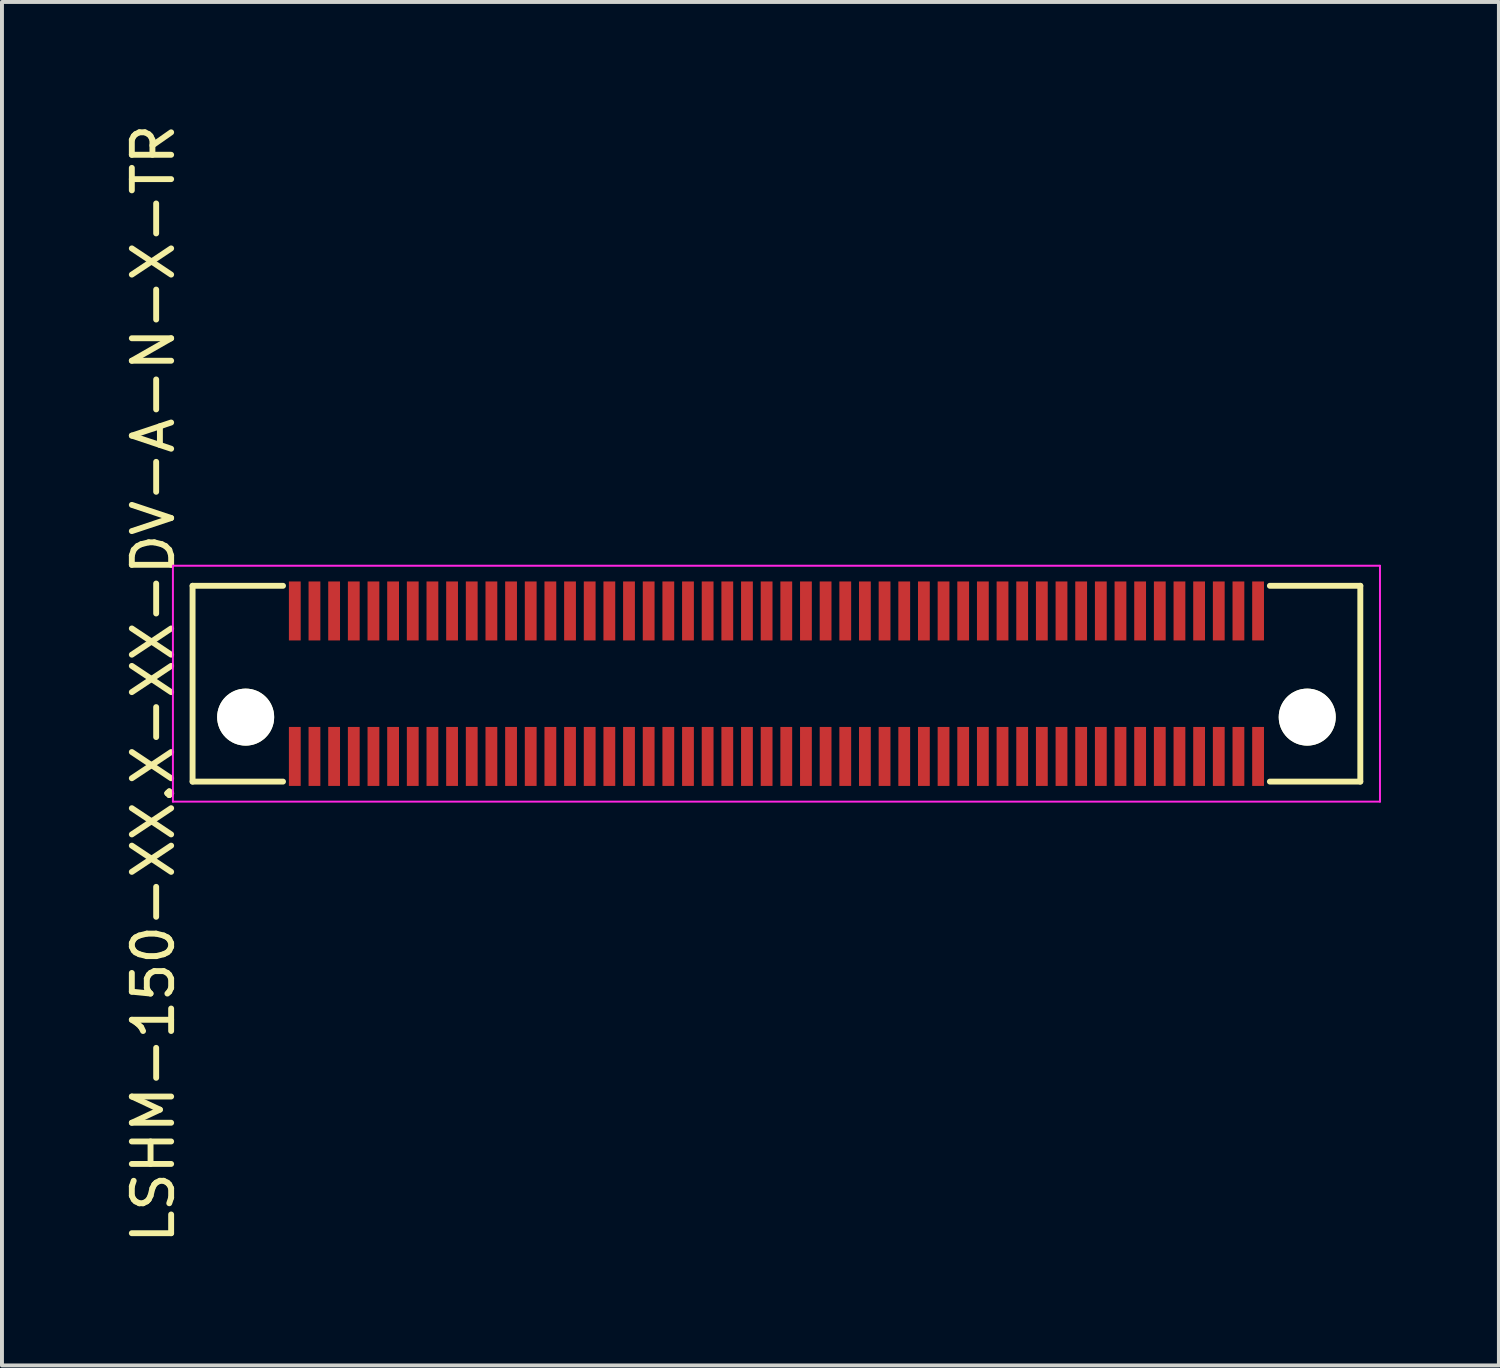
<source format=kicad_pcb>
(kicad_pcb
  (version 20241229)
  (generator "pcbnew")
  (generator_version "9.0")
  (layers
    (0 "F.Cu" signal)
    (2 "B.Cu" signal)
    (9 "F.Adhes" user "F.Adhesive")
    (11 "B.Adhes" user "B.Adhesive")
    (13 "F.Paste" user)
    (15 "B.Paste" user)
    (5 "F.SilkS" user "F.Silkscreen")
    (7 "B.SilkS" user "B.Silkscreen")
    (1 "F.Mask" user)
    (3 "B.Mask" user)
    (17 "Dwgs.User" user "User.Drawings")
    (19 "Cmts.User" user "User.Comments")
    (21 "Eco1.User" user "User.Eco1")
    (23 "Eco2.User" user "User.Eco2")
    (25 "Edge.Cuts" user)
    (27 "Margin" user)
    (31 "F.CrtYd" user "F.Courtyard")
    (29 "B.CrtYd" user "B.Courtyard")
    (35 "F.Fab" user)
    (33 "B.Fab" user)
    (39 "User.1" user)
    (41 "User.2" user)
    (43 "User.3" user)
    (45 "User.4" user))
  (footprint "LSHM-150-XX.X-XX-DV-A-N-X-TR"
    (layer "F.Cu")
    (at 16.698 14.339)
    (property "Reference" "LSHM-150-XX.X-XX-DV-A-N-X-TR" (at -15.85 0 270) (layer "F.SilkS") (effects (font (size 1 1) (thickness 0.15))))
    (attr smd)
    (fp_line (start -14.85 -2.49) (end -14.85 2.49) (stroke (width 0.15) (type solid)) (layer "F.SilkS"))
    (fp_line (start -14.85 -2.49) (end -12.55 -2.49) (stroke (width 0.15) (type solid)) (layer "F.SilkS"))
    (fp_line (start -14.85 2.49) (end -12.55 2.49) (stroke (width 0.15) (type solid)) (layer "F.SilkS"))
    (fp_line (start 12.55 -2.49) (end 14.85 -2.49) (stroke (width 0.15) (type solid)) (layer "F.SilkS"))
    (fp_line (start 12.55 2.49) (end 14.85 2.49) (stroke (width 0.15) (type solid)) (layer "F.SilkS"))
    (fp_line (start 14.85 -2.49) (end 14.85 2.49) (stroke (width 0.15) (type solid)) (layer "F.SilkS"))
    (fp_line (start -15.35 -3) (end -15.35 3) (stroke (width 0.05) (type solid)) (layer "F.CrtYd"))
    (fp_line (start -15.35 -3) (end 15.35 -3) (stroke (width 0.05) (type solid)) (layer "F.CrtYd"))
    (fp_line (start -15.35 3) (end 15.35 3) (stroke (width 0.05) (type solid)) (layer "F.CrtYd"))
    (fp_line (start 15.35 -3) (end 15.35 3) (stroke (width 0.05) (type solid)) (layer "F.CrtYd"))
    (pad "" np_thru_hole circle (at -13.5 0.85) (size 1.45 1.45) (drill 1.45) (layers "*.Cu" "*.Mask" "F.SilkS"))
    (pad "" np_thru_hole circle (at 13.5 0.85) (size 1.45 1.45) (drill 1.45) (layers "*.Cu" "*.Mask" "F.SilkS"))
    (pad "1" smd rect (at 12.25 1.85) (size 0.3 1.5) (layers "F.Cu" "F.Mask" "F.Paste"))
    (pad "2" smd rect (at 12.25 -1.85) (size 0.3 1.5) (layers "F.Cu" "F.Mask" "F.Paste"))
    (pad "3" smd rect (at 11.75 1.85) (size 0.3 1.5) (layers "F.Cu" "F.Mask" "F.Paste"))
    (pad "4" smd rect (at 11.75 -1.85) (size 0.3 1.5) (layers "F.Cu" "F.Mask" "F.Paste"))
    (pad "5" smd rect (at 11.25 1.85) (size 0.3 1.5) (layers "F.Cu" "F.Mask" "F.Paste"))
    (pad "6" smd rect (at 11.25 -1.85) (size 0.3 1.5) (layers "F.Cu" "F.Mask" "F.Paste"))
    (pad "7" smd rect (at 10.75 1.85) (size 0.3 1.5) (layers "F.Cu" "F.Mask" "F.Paste"))
    (pad "8" smd rect (at 10.75 -1.85) (size 0.3 1.5) (layers "F.Cu" "F.Mask" "F.Paste"))
    (pad "9" smd rect (at 10.25 1.85) (size 0.3 1.5) (layers "F.Cu" "F.Mask" "F.Paste"))
    (pad "10" smd rect (at 10.25 -1.85) (size 0.3 1.5) (layers "F.Cu" "F.Mask" "F.Paste"))
    (pad "11" smd rect (at 9.75 1.85) (size 0.3 1.5) (layers "F.Cu" "F.Mask" "F.Paste"))
    (pad "12" smd rect (at 9.75 -1.85) (size 0.3 1.5) (layers "F.Cu" "F.Mask" "F.Paste"))
    (pad "13" smd rect (at 9.25 1.85) (size 0.3 1.5) (layers "F.Cu" "F.Mask" "F.Paste"))
    (pad "14" smd rect (at 9.25 -1.85) (size 0.3 1.5) (layers "F.Cu" "F.Mask" "F.Paste"))
    (pad "15" smd rect (at 8.75 1.85) (size 0.3 1.5) (layers "F.Cu" "F.Mask" "F.Paste"))
    (pad "16" smd rect (at 8.75 -1.85) (size 0.3 1.5) (layers "F.Cu" "F.Mask" "F.Paste"))
    (pad "17" smd rect (at 8.25 1.85) (size 0.3 1.5) (layers "F.Cu" "F.Mask" "F.Paste"))
    (pad "18" smd rect (at 8.25 -1.85) (size 0.3 1.5) (layers "F.Cu" "F.Mask" "F.Paste"))
    (pad "19" smd rect (at 7.75 1.85) (size 0.3 1.5) (layers "F.Cu" "F.Mask" "F.Paste"))
    (pad "20" smd rect (at 7.75 -1.85) (size 0.3 1.5) (layers "F.Cu" "F.Mask" "F.Paste"))
    (pad "21" smd rect (at 7.25 1.85) (size 0.3 1.5) (layers "F.Cu" "F.Mask" "F.Paste"))
    (pad "22" smd rect (at 7.25 -1.85) (size 0.3 1.5) (layers "F.Cu" "F.Mask" "F.Paste"))
    (pad "23" smd rect (at 6.75 1.85) (size 0.3 1.5) (layers "F.Cu" "F.Mask" "F.Paste"))
    (pad "24" smd rect (at 6.75 -1.85) (size 0.3 1.5) (layers "F.Cu" "F.Mask" "F.Paste"))
    (pad "25" smd rect (at 6.25 1.85) (size 0.3 1.5) (layers "F.Cu" "F.Mask" "F.Paste"))
    (pad "26" smd rect (at 6.25 -1.85) (size 0.3 1.5) (layers "F.Cu" "F.Mask" "F.Paste"))
    (pad "27" smd rect (at 5.75 1.85) (size 0.3 1.5) (layers "F.Cu" "F.Mask" "F.Paste"))
    (pad "28" smd rect (at 5.75 -1.85) (size 0.3 1.5) (layers "F.Cu" "F.Mask" "F.Paste"))
    (pad "29" smd rect (at 5.25 1.85) (size 0.3 1.5) (layers "F.Cu" "F.Mask" "F.Paste"))
    (pad "30" smd rect (at 5.25 -1.85) (size 0.3 1.5) (layers "F.Cu" "F.Mask" "F.Paste"))
    (pad "31" smd rect (at 4.75 1.85) (size 0.3 1.5) (layers "F.Cu" "F.Mask" "F.Paste"))
    (pad "32" smd rect (at 4.75 -1.85) (size 0.3 1.5) (layers "F.Cu" "F.Mask" "F.Paste"))
    (pad "33" smd rect (at 4.25 1.85) (size 0.3 1.5) (layers "F.Cu" "F.Mask" "F.Paste"))
    (pad "34" smd rect (at 4.25 -1.85) (size 0.3 1.5) (layers "F.Cu" "F.Mask" "F.Paste"))
    (pad "35" smd rect (at 3.75 1.85) (size 0.3 1.5) (layers "F.Cu" "F.Mask" "F.Paste"))
    (pad "36" smd rect (at 3.75 -1.85) (size 0.3 1.5) (layers "F.Cu" "F.Mask" "F.Paste"))
    (pad "37" smd rect (at 3.25 1.85) (size 0.3 1.5) (layers "F.Cu" "F.Mask" "F.Paste"))
    (pad "38" smd rect (at 3.25 -1.85) (size 0.3 1.5) (layers "F.Cu" "F.Mask" "F.Paste"))
    (pad "39" smd rect (at 2.75 1.85) (size 0.3 1.5) (layers "F.Cu" "F.Mask" "F.Paste"))
    (pad "40" smd rect (at 2.75 -1.85) (size 0.3 1.5) (layers "F.Cu" "F.Mask" "F.Paste"))
    (pad "41" smd rect (at 2.25 1.85) (size 0.3 1.5) (layers "F.Cu" "F.Mask" "F.Paste"))
    (pad "42" smd rect (at 2.25 -1.85) (size 0.3 1.5) (layers "F.Cu" "F.Mask" "F.Paste"))
    (pad "43" smd rect (at 1.75 1.85) (size 0.3 1.5) (layers "F.Cu" "F.Mask" "F.Paste"))
    (pad "44" smd rect (at 1.75 -1.85) (size 0.3 1.5) (layers "F.Cu" "F.Mask" "F.Paste"))
    (pad "45" smd rect (at 1.25 1.85) (size 0.3 1.5) (layers "F.Cu" "F.Mask" "F.Paste"))
    (pad "46" smd rect (at 1.25 -1.85) (size 0.3 1.5) (layers "F.Cu" "F.Mask" "F.Paste"))
    (pad "47" smd rect (at 0.75 1.85) (size 0.3 1.5) (layers "F.Cu" "F.Mask" "F.Paste"))
    (pad "48" smd rect (at 0.75 -1.85) (size 0.3 1.5) (layers "F.Cu" "F.Mask" "F.Paste"))
    (pad "49" smd rect (at 0.25 1.85) (size 0.3 1.5) (layers "F.Cu" "F.Mask" "F.Paste"))
    (pad "50" smd rect (at 0.25 -1.85) (size 0.3 1.5) (layers "F.Cu" "F.Mask" "F.Paste"))
    (pad "51" smd rect (at -0.25 1.85) (size 0.3 1.5) (layers "F.Cu" "F.Mask" "F.Paste"))
    (pad "52" smd rect (at -0.25 -1.85) (size 0.3 1.5) (layers "F.Cu" "F.Mask" "F.Paste"))
    (pad "53" smd rect (at -0.75 1.85) (size 0.3 1.5) (layers "F.Cu" "F.Mask" "F.Paste"))
    (pad "54" smd rect (at -0.75 -1.85) (size 0.3 1.5) (layers "F.Cu" "F.Mask" "F.Paste"))
    (pad "55" smd rect (at -1.25 1.85) (size 0.3 1.5) (layers "F.Cu" "F.Mask" "F.Paste"))
    (pad "56" smd rect (at -1.25 -1.85) (size 0.3 1.5) (layers "F.Cu" "F.Mask" "F.Paste"))
    (pad "57" smd rect (at -1.75 1.85) (size 0.3 1.5) (layers "F.Cu" "F.Mask" "F.Paste"))
    (pad "58" smd rect (at -1.75 -1.85) (size 0.3 1.5) (layers "F.Cu" "F.Mask" "F.Paste"))
    (pad "59" smd rect (at -2.25 1.85) (size 0.3 1.5) (layers "F.Cu" "F.Mask" "F.Paste"))
    (pad "60" smd rect (at -2.25 -1.85) (size 0.3 1.5) (layers "F.Cu" "F.Mask" "F.Paste"))
    (pad "61" smd rect (at -2.75 1.85) (size 0.3 1.5) (layers "F.Cu" "F.Mask" "F.Paste"))
    (pad "62" smd rect (at -2.75 -1.85) (size 0.3 1.5) (layers "F.Cu" "F.Mask" "F.Paste"))
    (pad "63" smd rect (at -3.25 1.85) (size 0.3 1.5) (layers "F.Cu" "F.Mask" "F.Paste"))
    (pad "64" smd rect (at -3.25 -1.85) (size 0.3 1.5) (layers "F.Cu" "F.Mask" "F.Paste"))
    (pad "65" smd rect (at -3.75 1.85) (size 0.3 1.5) (layers "F.Cu" "F.Mask" "F.Paste"))
    (pad "66" smd rect (at -3.75 -1.85) (size 0.3 1.5) (layers "F.Cu" "F.Mask" "F.Paste"))
    (pad "67" smd rect (at -4.25 1.85) (size 0.3 1.5) (layers "F.Cu" "F.Mask" "F.Paste"))
    (pad "68" smd rect (at -4.25 -1.85) (size 0.3 1.5) (layers "F.Cu" "F.Mask" "F.Paste"))
    (pad "69" smd rect (at -4.75 1.85) (size 0.3 1.5) (layers "F.Cu" "F.Mask" "F.Paste"))
    (pad "70" smd rect (at -4.75 -1.85) (size 0.3 1.5) (layers "F.Cu" "F.Mask" "F.Paste"))
    (pad "71" smd rect (at -5.25 1.85) (size 0.3 1.5) (layers "F.Cu" "F.Mask" "F.Paste"))
    (pad "72" smd rect (at -5.25 -1.85) (size 0.3 1.5) (layers "F.Cu" "F.Mask" "F.Paste"))
    (pad "73" smd rect (at -5.75 1.85) (size 0.3 1.5) (layers "F.Cu" "F.Mask" "F.Paste"))
    (pad "74" smd rect (at -5.75 -1.85) (size 0.3 1.5) (layers "F.Cu" "F.Mask" "F.Paste"))
    (pad "75" smd rect (at -6.25 1.85) (size 0.3 1.5) (layers "F.Cu" "F.Mask" "F.Paste"))
    (pad "76" smd rect (at -6.25 -1.85) (size 0.3 1.5) (layers "F.Cu" "F.Mask" "F.Paste"))
    (pad "77" smd rect (at -6.75 1.85) (size 0.3 1.5) (layers "F.Cu" "F.Mask" "F.Paste"))
    (pad "78" smd rect (at -6.75 -1.85) (size 0.3 1.5) (layers "F.Cu" "F.Mask" "F.Paste"))
    (pad "79" smd rect (at -7.25 1.85) (size 0.3 1.5) (layers "F.Cu" "F.Mask" "F.Paste"))
    (pad "80" smd rect (at -7.25 -1.85) (size 0.3 1.5) (layers "F.Cu" "F.Mask" "F.Paste"))
    (pad "81" smd rect (at -7.75 1.85) (size 0.3 1.5) (layers "F.Cu" "F.Mask" "F.Paste"))
    (pad "82" smd rect (at -7.75 -1.85) (size 0.3 1.5) (layers "F.Cu" "F.Mask" "F.Paste"))
    (pad "83" smd rect (at -8.25 1.85) (size 0.3 1.5) (layers "F.Cu" "F.Mask" "F.Paste"))
    (pad "84" smd rect (at -8.25 -1.85) (size 0.3 1.5) (layers "F.Cu" "F.Mask" "F.Paste"))
    (pad "85" smd rect (at -8.75 1.85) (size 0.3 1.5) (layers "F.Cu" "F.Mask" "F.Paste"))
    (pad "86" smd rect (at -8.75 -1.85) (size 0.3 1.5) (layers "F.Cu" "F.Mask" "F.Paste"))
    (pad "87" smd rect (at -9.25 1.85) (size 0.3 1.5) (layers "F.Cu" "F.Mask" "F.Paste"))
    (pad "88" smd rect (at -9.25 -1.85) (size 0.3 1.5) (layers "F.Cu" "F.Mask" "F.Paste"))
    (pad "89" smd rect (at -9.75 1.85) (size 0.3 1.5) (layers "F.Cu" "F.Mask" "F.Paste"))
    (pad "90" smd rect (at -9.75 -1.85) (size 0.3 1.5) (layers "F.Cu" "F.Mask" "F.Paste"))
    (pad "91" smd rect (at -10.25 1.85) (size 0.3 1.5) (layers "F.Cu" "F.Mask" "F.Paste"))
    (pad "92" smd rect (at -10.25 -1.85) (size 0.3 1.5) (layers "F.Cu" "F.Mask" "F.Paste"))
    (pad "93" smd rect (at -10.75 1.85) (size 0.3 1.5) (layers "F.Cu" "F.Mask" "F.Paste"))
    (pad "94" smd rect (at -10.75 -1.85) (size 0.3 1.5) (layers "F.Cu" "F.Mask" "F.Paste"))
    (pad "95" smd rect (at -11.25 1.85) (size 0.3 1.5) (layers "F.Cu" "F.Mask" "F.Paste"))
    (pad "96" smd rect (at -11.25 -1.85) (size 0.3 1.5) (layers "F.Cu" "F.Mask" "F.Paste"))
    (pad "97" smd rect (at -11.75 1.85) (size 0.3 1.5) (layers "F.Cu" "F.Mask" "F.Paste"))
    (pad "98" smd rect (at -11.75 -1.85) (size 0.3 1.5) (layers "F.Cu" "F.Mask" "F.Paste"))
    (pad "99" smd rect (at -12.25 1.85) (size 0.3 1.5) (layers "F.Cu" "F.Mask" "F.Paste"))
    (pad "100" smd rect (at -12.25 -1.85) (size 0.3 1.5) (layers "F.Cu" "F.Mask" "F.Paste")))
  (gr_rect
    (start -3 -3)
    (end 35.073 31.679)
    (stroke (width 0.1) (type default))
    (fill no)
    (layer "Edge.Cuts")))
</source>
